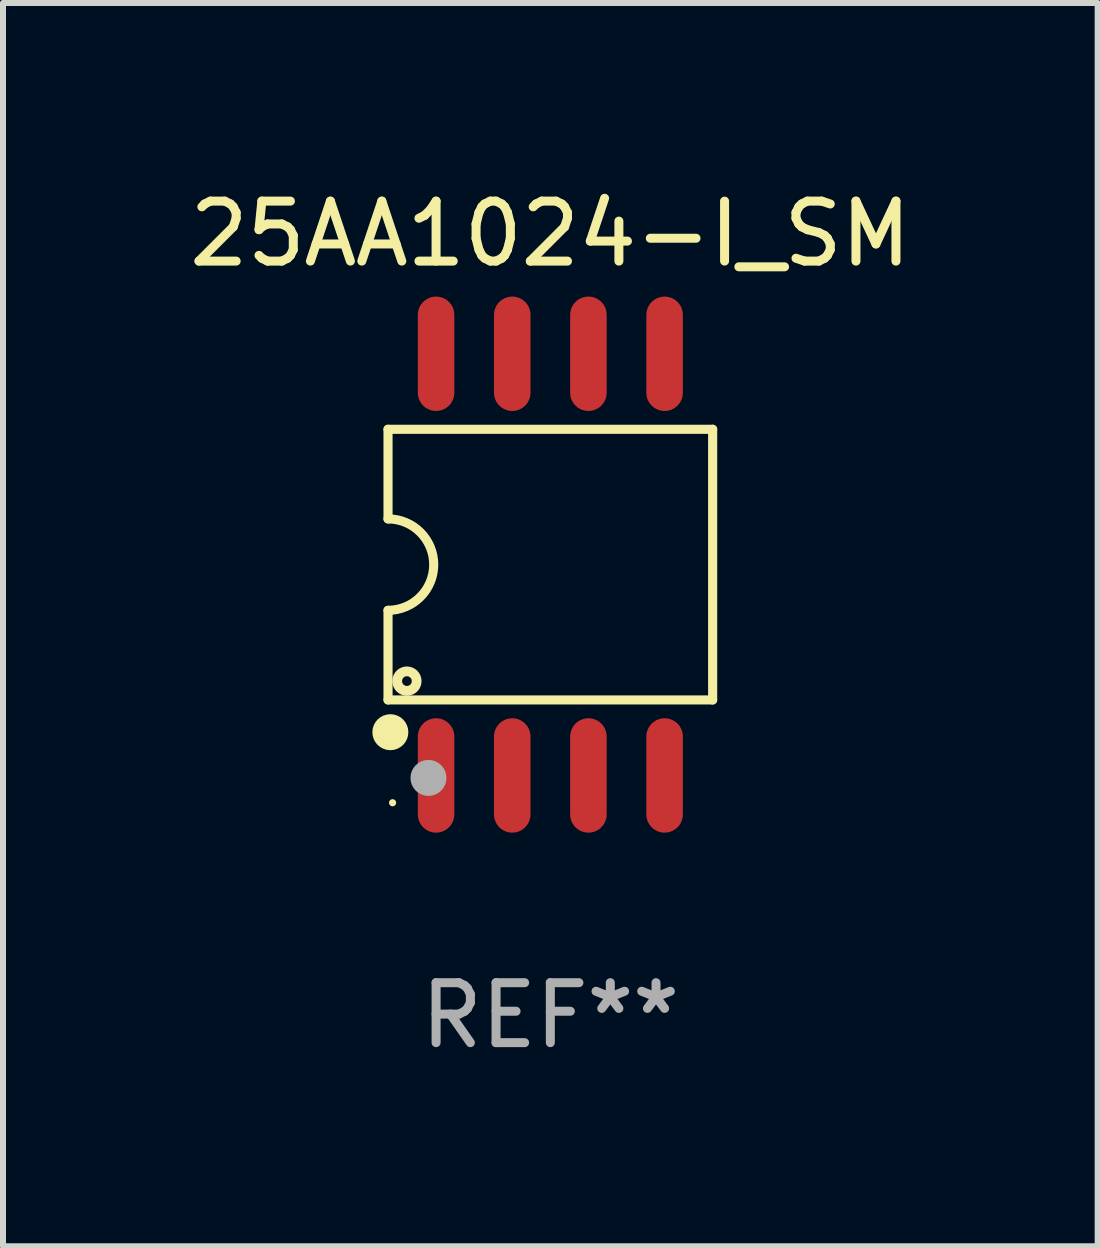
<source format=kicad_pcb>
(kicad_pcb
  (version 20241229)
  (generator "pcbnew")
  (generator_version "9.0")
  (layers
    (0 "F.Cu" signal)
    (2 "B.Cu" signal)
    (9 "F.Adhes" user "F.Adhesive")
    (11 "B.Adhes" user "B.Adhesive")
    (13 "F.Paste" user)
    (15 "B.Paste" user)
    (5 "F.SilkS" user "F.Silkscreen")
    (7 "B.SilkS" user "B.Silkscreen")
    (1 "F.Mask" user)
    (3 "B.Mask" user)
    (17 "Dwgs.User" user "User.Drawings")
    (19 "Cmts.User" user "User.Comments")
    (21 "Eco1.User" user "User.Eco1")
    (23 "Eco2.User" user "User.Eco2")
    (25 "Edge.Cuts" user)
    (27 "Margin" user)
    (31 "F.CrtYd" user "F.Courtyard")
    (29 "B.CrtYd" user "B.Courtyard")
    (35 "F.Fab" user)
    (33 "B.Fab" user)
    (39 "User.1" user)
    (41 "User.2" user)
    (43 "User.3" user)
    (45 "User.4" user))
  (footprint "25AA1024-I_SM"
    (layer "F.Cu")
    (at 6.125 6.363)
    (property "Reference" "25AA1024-I_SM" (at 0 -5.515 0) (layer "F.SilkS") (effects (font (size 1 1) (thickness 0.15))))
    (attr through_hole)
    (fp_line (start -2.706 -2.256) (end 2.706 -2.256) (stroke (width 0.152) (type solid)) (layer "F.SilkS"))
    (fp_line (start -2.706 -0.762) (end -2.706 -2.256) (stroke (width 0.152) (type solid)) (layer "F.SilkS"))
    (fp_line (start -2.706 0.762) (end -2.706 2.256) (stroke (width 0.152) (type solid)) (layer "F.SilkS"))
    (fp_line (start 2.706 -2.256) (end 2.706 2.256) (stroke (width 0.152) (type solid)) (layer "F.SilkS"))
    (fp_line (start 2.706 2.256) (end -2.706 2.256) (stroke (width 0.152) (type solid)) (layer "F.SilkS"))
    (fp_arc (start -2.706198 -0.762002) (mid -1.944196 0) (end -2.706198 0.762002) (stroke (width 0.151994) (type solid)) (layer "F.SilkS"))
    (fp_circle (center -2.667 2.794) (end -2.517 2.794) (stroke (width 0.3) (type solid)) (fill no) (layer "F.SilkS"))
    (fp_circle (center -2.63 3.97) (end -2.6 3.97) (stroke (width 0.06) (type solid)) (fill no) (layer "F.SilkS"))
    (fp_circle (center -2.391 1.942) (end -2.31 1.942) (stroke (width 0.163) (type solid)) (fill no) (layer "F.SilkS"))
    (fp_circle (center -2.032 3.556) (end -1.882 3.556) (stroke (width 0.3) (type solid)) (fill no) (layer "F.Fab"))
    (fp_text user "REF**" (at 0 7.515 0) (layer "F.Fab") (effects (font (size 1 1) (thickness 0.15))))
    (pad "1" smd oval (at -1.905 3.515) (size 0.609 1.907) (layers "F.Cu" "F.Mask" "F.Paste"))
    (pad "2" smd oval (at -0.635 3.515) (size 0.609 1.907) (layers "F.Cu" "F.Mask" "F.Paste"))
    (pad "3" smd oval (at 0.635 3.515) (size 0.609 1.907) (layers "F.Cu" "F.Mask" "F.Paste"))
    (pad "4" smd oval (at 1.905 3.515) (size 0.609 1.907) (layers "F.Cu" "F.Mask" "F.Paste"))
    (pad "5" smd oval (at 1.905 -3.515) (size 0.609 1.907) (layers "F.Cu" "F.Mask" "F.Paste"))
    (pad "6" smd oval (at 0.635 -3.515) (size 0.609 1.907) (layers "F.Cu" "F.Mask" "F.Paste"))
    (pad "7" smd oval (at -0.635 -3.515) (size 0.609 1.907) (layers "F.Cu" "F.Mask" "F.Paste"))
    (pad "8" smd oval (at -1.905 -3.515) (size 0.609 1.907) (layers "F.Cu" "F.Mask" "F.Paste")))
  (gr_rect
    (start -3 -3)
    (end 15.25 17.727)
    (stroke (width 0.1) (type default))
    (fill no)
    (layer "Edge.Cuts")))
</source>
